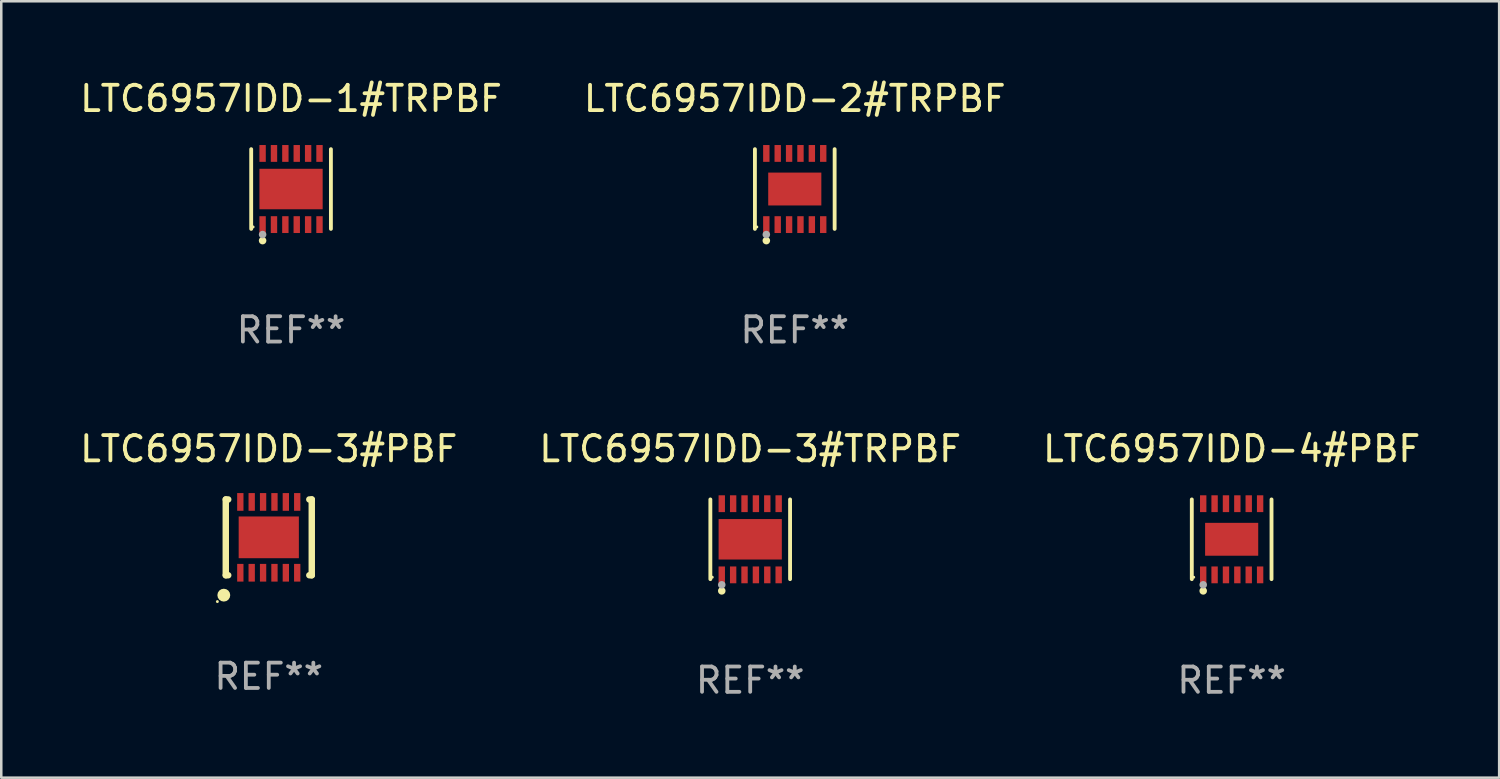
<source format=kicad_pcb>
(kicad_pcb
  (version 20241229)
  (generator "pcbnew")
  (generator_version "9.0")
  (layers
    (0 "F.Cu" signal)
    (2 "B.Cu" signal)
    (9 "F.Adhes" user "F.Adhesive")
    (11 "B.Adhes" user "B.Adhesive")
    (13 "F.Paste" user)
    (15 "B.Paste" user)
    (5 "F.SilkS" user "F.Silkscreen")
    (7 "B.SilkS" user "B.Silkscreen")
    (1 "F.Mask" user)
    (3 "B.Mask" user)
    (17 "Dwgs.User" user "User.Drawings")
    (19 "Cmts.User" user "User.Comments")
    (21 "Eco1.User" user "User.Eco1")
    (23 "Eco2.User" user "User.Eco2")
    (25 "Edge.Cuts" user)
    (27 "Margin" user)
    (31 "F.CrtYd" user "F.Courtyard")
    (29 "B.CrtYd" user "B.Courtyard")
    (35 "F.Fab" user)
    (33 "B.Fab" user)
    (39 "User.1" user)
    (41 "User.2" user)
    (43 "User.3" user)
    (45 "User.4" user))
  (footprint "LTC6957IDD-3#TRPBF"
    (layer "F.Cu")
    (at 26.613 18.273)
    (property "Reference" "LTC6957IDD-3#TRPBF" (at 0 -3.576 0) (layer "F.SilkS") (effects (font (size 1 1) (thickness 0.15))))
    (attr through_hole)
    (fp_line (start -1.576 1.576) (end -1.576 -1.576) (stroke (width 0.152) (type solid)) (layer "F.SilkS"))
    (fp_line (start 1.576 1.576) (end 1.576 -1.576) (stroke (width 0.152) (type solid)) (layer "F.SilkS"))
    (fp_circle (center -1.5 1.5) (end -1.47 1.5) (stroke (width 0.06) (type solid)) (fill no) (layer "F.SilkS"))
    (fp_circle (center -1.125 2.04) (end -1.05 2.04) (stroke (width 0.15) (type solid)) (fill no) (layer "F.SilkS"))
    (fp_circle (center -1.125 1.8) (end -1.05 1.8) (stroke (width 0.15) (type solid)) (fill no) (layer "F.Fab"))
    (fp_text user "REF**" (at 0 5.576 0) (layer "F.Fab") (effects (font (size 1 1) (thickness 0.15))))
    (pad "1" smd rect (at -1.125 1.407) (size 0.252 0.665) (layers "F.Cu" "F.Mask" "F.Paste"))
    (pad "2" smd rect (at -0.675 1.407) (size 0.252 0.665) (layers "F.Cu" "F.Mask" "F.Paste"))
    (pad "3" smd rect (at -0.225 1.407) (size 0.252 0.665) (layers "F.Cu" "F.Mask" "F.Paste"))
    (pad "4" smd rect (at 0.225 1.407) (size 0.252 0.665) (layers "F.Cu" "F.Mask" "F.Paste"))
    (pad "5" smd rect (at 0.675 1.407) (size 0.252 0.665) (layers "F.Cu" "F.Mask" "F.Paste"))
    (pad "6" smd rect (at 1.125 1.407) (size 0.252 0.665) (layers "F.Cu" "F.Mask" "F.Paste"))
    (pad "7" smd rect (at 1.125 -1.407) (size 0.252 0.665) (layers "F.Cu" "F.Mask" "F.Paste"))
    (pad "8" smd rect (at 0.675 -1.407) (size 0.252 0.665) (layers "F.Cu" "F.Mask" "F.Paste"))
    (pad "9" smd rect (at 0.225 -1.407) (size 0.252 0.665) (layers "F.Cu" "F.Mask" "F.Paste"))
    (pad "10" smd rect (at -0.225 -1.407) (size 0.252 0.665) (layers "F.Cu" "F.Mask" "F.Paste"))
    (pad "11" smd rect (at -0.675 -1.407) (size 0.252 0.665) (layers "F.Cu" "F.Mask" "F.Paste"))
    (pad "12" smd rect (at -1.125 -1.407) (size 0.252 0.665) (layers "F.Cu" "F.Mask" "F.Paste"))
    (pad "13" smd rect (at 0 0) (size 2.5 1.6) (layers "F.Cu" "F.Mask" "F.Paste")))
  (footprint "LTC6957IDD-2#TRPBF"
    (layer "F.Cu")
    (at 28.375 4.424)
    (property "Reference" "LTC6957IDD-2#TRPBF" (at 0 -3.576 0) (layer "F.SilkS") (effects (font (size 1 1) (thickness 0.15))))
    (attr through_hole)
    (fp_line (start -1.576 1.576) (end -1.576 -1.576) (stroke (width 0.152) (type solid)) (layer "F.SilkS"))
    (fp_line (start 1.576 1.576) (end 1.576 -1.576) (stroke (width 0.152) (type solid)) (layer "F.SilkS"))
    (fp_circle (center -1.5 1.5) (end -1.47 1.5) (stroke (width 0.06) (type solid)) (fill no) (layer "F.SilkS"))
    (fp_circle (center -1.125 2.04) (end -1.05 2.04) (stroke (width 0.15) (type solid)) (fill no) (layer "F.SilkS"))
    (fp_circle (center -1.125 1.8) (end -1.05 1.8) (stroke (width 0.15) (type solid)) (fill no) (layer "F.Fab"))
    (fp_text user "REF**" (at 0 5.576 0) (layer "F.Fab") (effects (font (size 1 1) (thickness 0.15))))
    (pad "1" smd rect (at -1.125 1.407) (size 0.252 0.665) (layers "F.Cu" "F.Mask" "F.Paste"))
    (pad "2" smd rect (at -0.675 1.407) (size 0.252 0.665) (layers "F.Cu" "F.Mask" "F.Paste"))
    (pad "3" smd rect (at -0.225 1.407) (size 0.252 0.665) (layers "F.Cu" "F.Mask" "F.Paste"))
    (pad "4" smd rect (at 0.225 1.407) (size 0.252 0.665) (layers "F.Cu" "F.Mask" "F.Paste"))
    (pad "5" smd rect (at 0.675 1.407) (size 0.252 0.665) (layers "F.Cu" "F.Mask" "F.Paste"))
    (pad "6" smd rect (at 1.125 1.407) (size 0.252 0.665) (layers "F.Cu" "F.Mask" "F.Paste"))
    (pad "7" smd rect (at 1.125 -1.407) (size 0.252 0.665) (layers "F.Cu" "F.Mask" "F.Paste"))
    (pad "8" smd rect (at 0.675 -1.407) (size 0.252 0.665) (layers "F.Cu" "F.Mask" "F.Paste"))
    (pad "9" smd rect (at 0.225 -1.407) (size 0.252 0.665) (layers "F.Cu" "F.Mask" "F.Paste"))
    (pad "10" smd rect (at -0.225 -1.407) (size 0.252 0.665) (layers "F.Cu" "F.Mask" "F.Paste"))
    (pad "11" smd rect (at -0.675 -1.407) (size 0.252 0.665) (layers "F.Cu" "F.Mask" "F.Paste"))
    (pad "12" smd rect (at -1.125 -1.407) (size 0.252 0.665) (layers "F.Cu" "F.Mask" "F.Paste"))
    (pad "13" smd rect (at 0 0) (size 2.1 1.3) (layers "F.Cu" "F.Mask" "F.Paste")))
  (footprint "LTC6957IDD-3#PBF"
    (layer "F.Cu")
    (at 7.577 18.197)
    (property "Reference" "LTC6957IDD-3#PBF" (at 0 -3.499 0) (layer "F.SilkS") (effects (font (size 1 1) (thickness 0.15))))
    (attr through_hole)
    (fp_line (start -1.7 -1.499) (end -1.7 1.498) (stroke (width 0.254) (type solid)) (layer "F.SilkS"))
    (fp_line (start -1.7 -1.499) (end -1.603 -1.499) (stroke (width 0.254) (type solid)) (layer "F.SilkS"))
    (fp_line (start -1.7 1.498) (end -1.603 1.498) (stroke (width 0.254) (type solid)) (layer "F.SilkS"))
    (fp_line (start 1.603 -1.499) (end 1.7 -1.499) (stroke (width 0.254) (type solid)) (layer "F.SilkS"))
    (fp_line (start 1.603 1.498) (end 1.7 1.498) (stroke (width 0.254) (type solid)) (layer "F.SilkS"))
    (fp_line (start 1.7 1.499) (end 1.7 -1.499) (stroke (width 0.254) (type solid)) (layer "F.SilkS"))
    (fp_circle (center -2.032 2.539) (end -2.002 2.539) (stroke (width 0.06) (type solid)) (fill no) (layer "F.SilkS"))
    (fp_circle (center -1.778 2.285) (end -1.651 2.285) (stroke (width 0.254) (type solid)) (fill no) (layer "F.SilkS"))
    (fp_text user "REF**" (at 0 5.499 0) (layer "F.Fab") (effects (font (size 1 1) (thickness 0.15))))
    (pad "1" smd rect (at -1.125 1.399) (size 0.25 0.7) (layers "F.Cu" "F.Mask" "F.Paste"))
    (pad "2" smd rect (at -0.675 1.399) (size 0.25 0.7) (layers "F.Cu" "F.Mask" "F.Paste"))
    (pad "3" smd rect (at -0.225 1.399) (size 0.25 0.7) (layers "F.Cu" "F.Mask" "F.Paste"))
    (pad "4" smd rect (at 0.225 1.399) (size 0.25 0.7) (layers "F.Cu" "F.Mask" "F.Paste"))
    (pad "5" smd rect (at 0.675 1.399) (size 0.25 0.7) (layers "F.Cu" "F.Mask" "F.Paste"))
    (pad "6" smd rect (at 1.125 1.399) (size 0.25 0.7) (layers "F.Cu" "F.Mask" "F.Paste"))
    (pad "7" smd rect (at 1.125 -1.401) (size 0.25 0.7) (layers "F.Cu" "F.Mask" "F.Paste"))
    (pad "8" smd rect (at 0.675 -1.401) (size 0.25 0.7) (layers "F.Cu" "F.Mask" "F.Paste"))
    (pad "9" smd rect (at 0.225 -1.401) (size 0.25 0.7) (layers "F.Cu" "F.Mask" "F.Paste"))
    (pad "10" smd rect (at -0.225 -1.401) (size 0.25 0.7) (layers "F.Cu" "F.Mask" "F.Paste"))
    (pad "11" smd rect (at -0.675 -1.401) (size 0.25 0.7) (layers "F.Cu" "F.Mask" "F.Paste"))
    (pad "12" smd rect (at -1.125 -1.401) (size 0.25 0.7) (layers "F.Cu" "F.Mask" "F.Paste"))
    (pad "13" smd rect (at 0 -0.001) (size 2.38 1.65) (layers "F.Cu" "F.Mask" "F.Paste")))
  (footprint "LTC6957IDD-1#TRPBF"
    (layer "F.Cu")
    (at 8.458 4.424)
    (property "Reference" "LTC6957IDD-1#TRPBF" (at 0 -3.576 0) (layer "F.SilkS") (effects (font (size 1 1) (thickness 0.15))))
    (attr through_hole)
    (fp_line (start -1.576 1.576) (end -1.576 -1.576) (stroke (width 0.152) (type solid)) (layer "F.SilkS"))
    (fp_line (start 1.576 1.576) (end 1.576 -1.576) (stroke (width 0.152) (type solid)) (layer "F.SilkS"))
    (fp_circle (center -1.5 1.5) (end -1.47 1.5) (stroke (width 0.06) (type solid)) (fill no) (layer "F.SilkS"))
    (fp_circle (center -1.125 2.04) (end -1.05 2.04) (stroke (width 0.15) (type solid)) (fill no) (layer "F.SilkS"))
    (fp_circle (center -1.125 1.8) (end -1.05 1.8) (stroke (width 0.15) (type solid)) (fill no) (layer "F.Fab"))
    (fp_text user "REF**" (at 0 5.576 0) (layer "F.Fab") (effects (font (size 1 1) (thickness 0.15))))
    (pad "1" smd rect (at -1.125 1.407) (size 0.252 0.665) (layers "F.Cu" "F.Mask" "F.Paste"))
    (pad "2" smd rect (at -0.675 1.407) (size 0.252 0.665) (layers "F.Cu" "F.Mask" "F.Paste"))
    (pad "3" smd rect (at -0.225 1.407) (size 0.252 0.665) (layers "F.Cu" "F.Mask" "F.Paste"))
    (pad "4" smd rect (at 0.225 1.407) (size 0.252 0.665) (layers "F.Cu" "F.Mask" "F.Paste"))
    (pad "5" smd rect (at 0.675 1.407) (size 0.252 0.665) (layers "F.Cu" "F.Mask" "F.Paste"))
    (pad "6" smd rect (at 1.125 1.407) (size 0.252 0.665) (layers "F.Cu" "F.Mask" "F.Paste"))
    (pad "7" smd rect (at 1.125 -1.407) (size 0.252 0.665) (layers "F.Cu" "F.Mask" "F.Paste"))
    (pad "8" smd rect (at 0.675 -1.407) (size 0.252 0.665) (layers "F.Cu" "F.Mask" "F.Paste"))
    (pad "9" smd rect (at 0.225 -1.407) (size 0.252 0.665) (layers "F.Cu" "F.Mask" "F.Paste"))
    (pad "10" smd rect (at -0.225 -1.407) (size 0.252 0.665) (layers "F.Cu" "F.Mask" "F.Paste"))
    (pad "11" smd rect (at -0.675 -1.407) (size 0.252 0.665) (layers "F.Cu" "F.Mask" "F.Paste"))
    (pad "12" smd rect (at -1.125 -1.407) (size 0.252 0.665) (layers "F.Cu" "F.Mask" "F.Paste"))
    (pad "13" smd rect (at 0 0) (size 2.5 1.6) (layers "F.Cu" "F.Mask" "F.Paste")))
  (footprint "LTC6957IDD-4#PBF"
    (layer "F.Cu")
    (at 45.649 18.273)
    (property "Reference" "LTC6957IDD-4#PBF" (at 0 -3.576 0) (layer "F.SilkS") (effects (font (size 1 1) (thickness 0.15))))
    (attr through_hole)
    (fp_line (start -1.576 1.576) (end -1.576 -1.576) (stroke (width 0.152) (type solid)) (layer "F.SilkS"))
    (fp_line (start 1.576 1.576) (end 1.576 -1.576) (stroke (width 0.152) (type solid)) (layer "F.SilkS"))
    (fp_circle (center -1.5 1.5) (end -1.47 1.5) (stroke (width 0.06) (type solid)) (fill no) (layer "F.SilkS"))
    (fp_circle (center -1.125 2.04) (end -1.05 2.04) (stroke (width 0.15) (type solid)) (fill no) (layer "F.SilkS"))
    (fp_circle (center -1.125 1.8) (end -1.05 1.8) (stroke (width 0.15) (type solid)) (fill no) (layer "F.Fab"))
    (fp_text user "REF**" (at 0 5.576 0) (layer "F.Fab") (effects (font (size 1 1) (thickness 0.15))))
    (pad "1" smd rect (at -1.125 1.407) (size 0.252 0.665) (layers "F.Cu" "F.Mask" "F.Paste"))
    (pad "2" smd rect (at -0.675 1.407) (size 0.252 0.665) (layers "F.Cu" "F.Mask" "F.Paste"))
    (pad "3" smd rect (at -0.225 1.407) (size 0.252 0.665) (layers "F.Cu" "F.Mask" "F.Paste"))
    (pad "4" smd rect (at 0.225 1.407) (size 0.252 0.665) (layers "F.Cu" "F.Mask" "F.Paste"))
    (pad "5" smd rect (at 0.675 1.407) (size 0.252 0.665) (layers "F.Cu" "F.Mask" "F.Paste"))
    (pad "6" smd rect (at 1.125 1.407) (size 0.252 0.665) (layers "F.Cu" "F.Mask" "F.Paste"))
    (pad "7" smd rect (at 1.125 -1.407) (size 0.252 0.665) (layers "F.Cu" "F.Mask" "F.Paste"))
    (pad "8" smd rect (at 0.675 -1.407) (size 0.252 0.665) (layers "F.Cu" "F.Mask" "F.Paste"))
    (pad "9" smd rect (at 0.225 -1.407) (size 0.252 0.665) (layers "F.Cu" "F.Mask" "F.Paste"))
    (pad "10" smd rect (at -0.225 -1.407) (size 0.252 0.665) (layers "F.Cu" "F.Mask" "F.Paste"))
    (pad "11" smd rect (at -0.675 -1.407) (size 0.252 0.665) (layers "F.Cu" "F.Mask" "F.Paste"))
    (pad "12" smd rect (at -1.125 -1.407) (size 0.252 0.665) (layers "F.Cu" "F.Mask" "F.Paste"))
    (pad "13" smd rect (at 0 0) (size 2.1 1.3) (layers "F.Cu" "F.Mask" "F.Paste")))
  (gr_rect
    (start -3 -3)
    (end 56.226 27.698)
    (stroke (width 0.1) (type default))
    (fill no)
    (layer "Edge.Cuts")))
</source>
